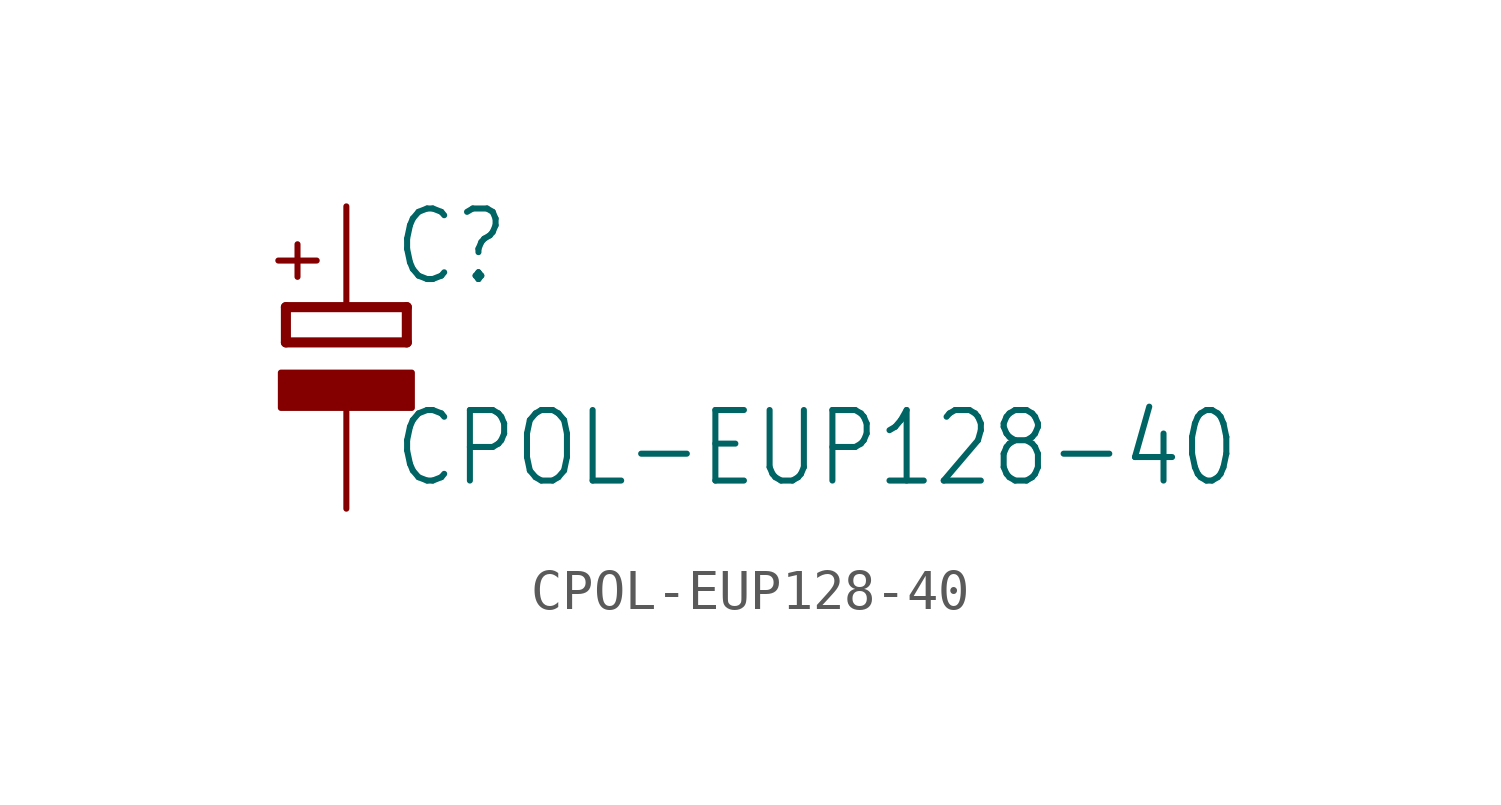
<source format=kicad_sym>
(kicad_symbol_lib
  (version 20220331)
  (generator kicad_symbol_editor)
  (symbol "CPOL-EUP128-40"
    (property "Reference" "C"
      (at 1.143 0.483 0)
      (effects (font (size 1.778 1.511)) (justify left bottom)))
    (property "Value" "CPOL-EUP128-40"
      (at 1.143 -4.597 0)
      (effects (font (size 1.778 1.511)) (justify left bottom)))
    (property "ki_locked" ""
      (at 0 0 0)
      (effects (font (size 1.27 1.27))))
    (symbol "CPOL-EUP128-40_1_0"
      (rectangle (start -1.651 -2.54) (end 1.651 -1.651) (stroke (width 0) (type default)) (fill (type outline)))
      (polyline (pts (xy -1.524 -0.889) (xy 1.524 -0.889)) (stroke (width 0.254) (type solid)) (fill (type none)))
      (polyline (pts (xy -1.524 0) (xy -1.524 -0.889)) (stroke (width 0.254) (type solid)) (fill (type none)))
      (polyline (pts (xy -1.524 0) (xy 1.524 0)) (stroke (width 0.254) (type solid)) (fill (type none)))
      (polyline (pts (xy 1.524 -0.889) (xy 1.524 0)) (stroke (width 0.254) (type solid)) (fill (type none)))
      (text "+" (at -0.584 0.406 900) (effects (font (size 1.27 1.079)) (justify left bottom)))
      (pin passive line (at 0 2.54 270) (length 2.54) (name "+" (effects (font (size 0 0)))) (number "+" (effects (font (size 0 0)))))
      (pin passive line (at 0 -5.08 90) (length 2.54) (name "-" (effects (font (size 0 0)))) (number "-" (effects (font (size 0 0))))))))
</source>
